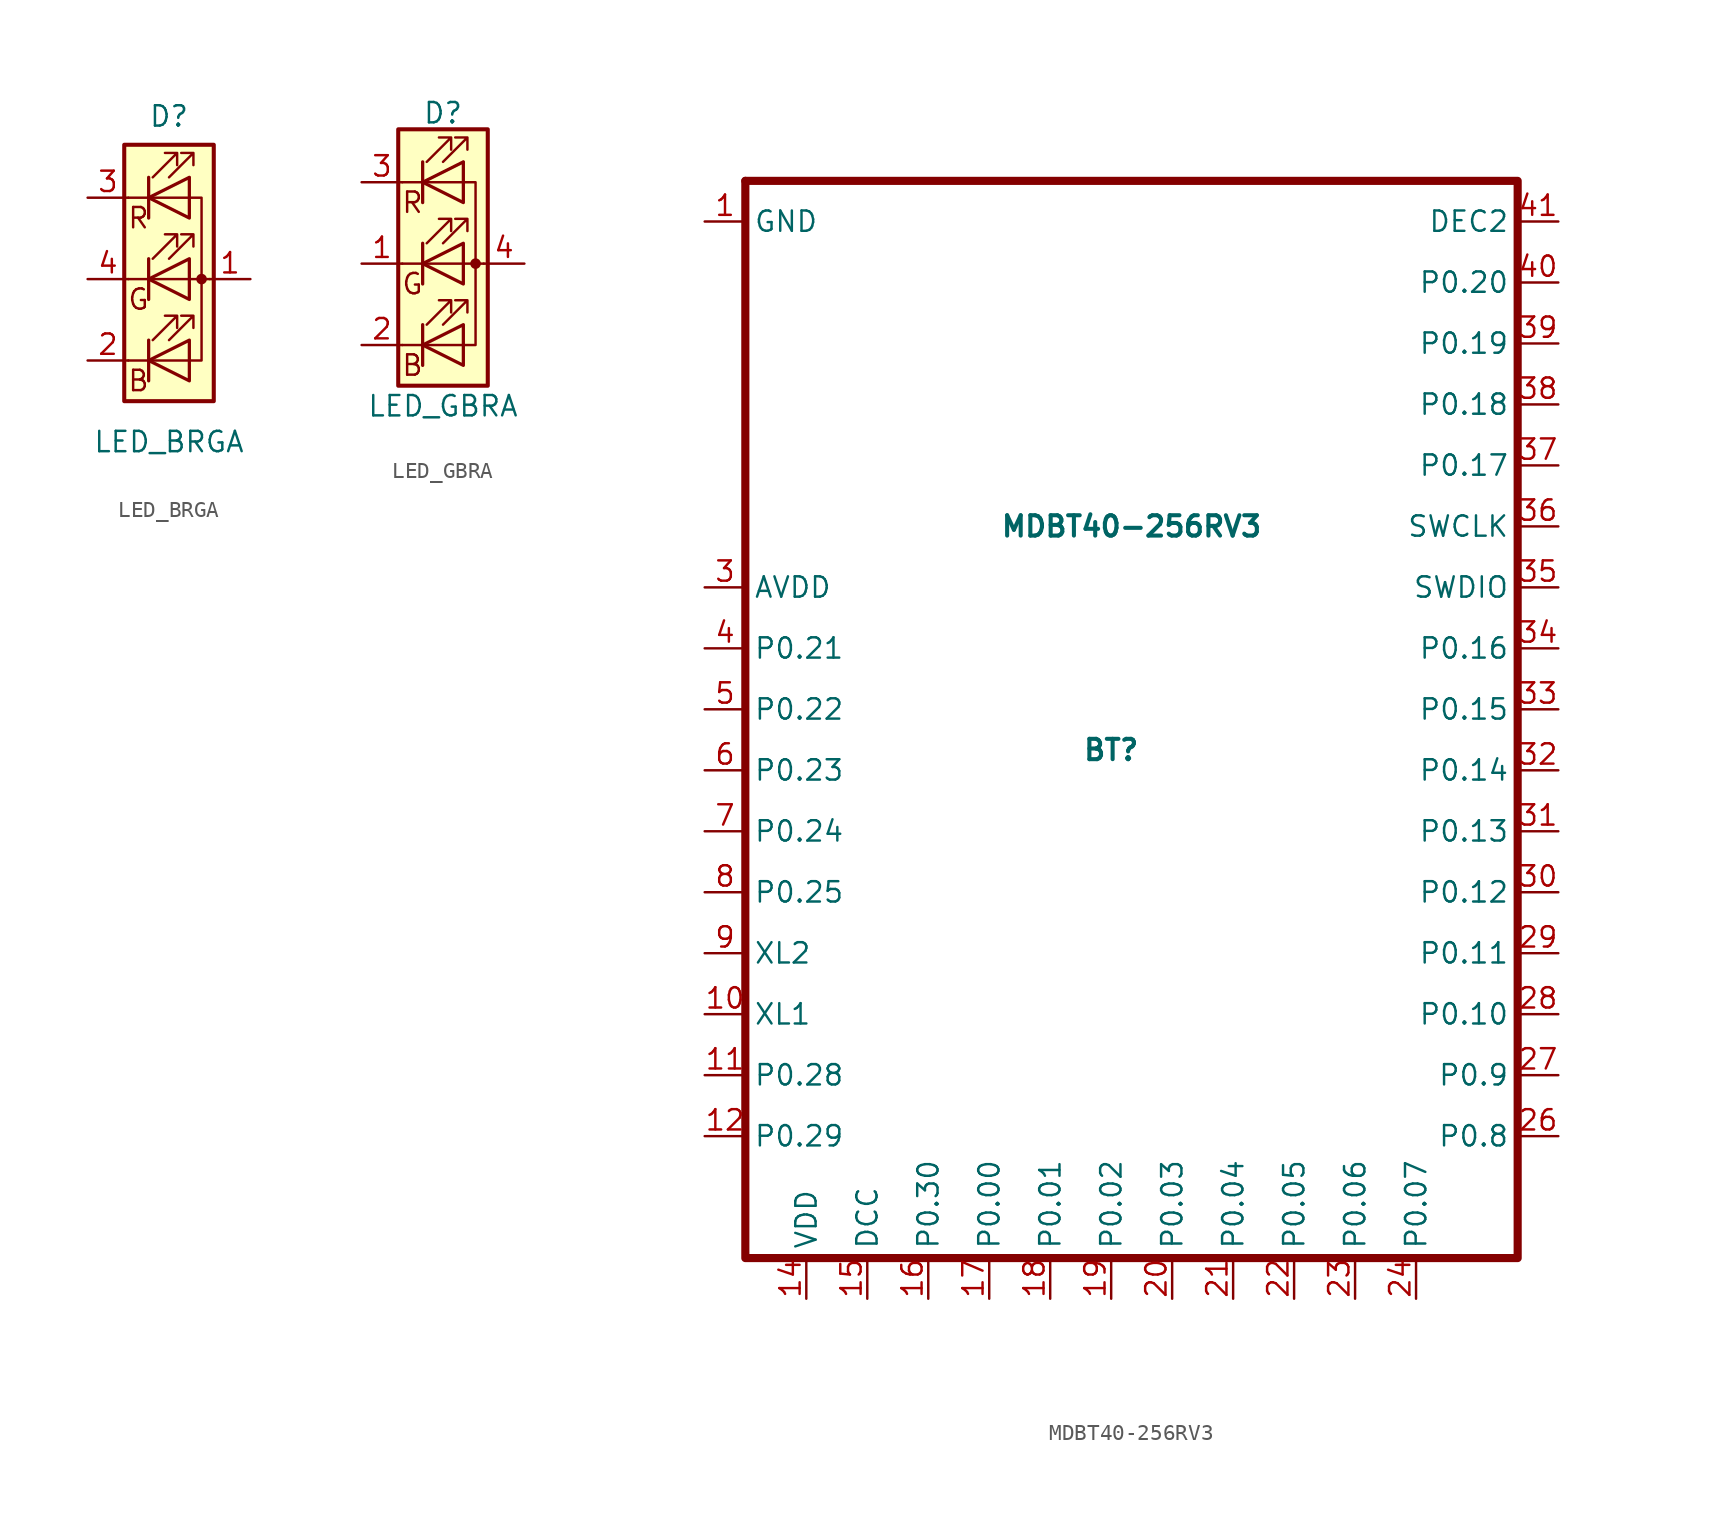
<source format=kicad_sym>
(kicad_symbol_lib
  (version 20200126)
  (host kicad_symbol_editor "(5.99.0-2039-g05a89863c)")
  (symbol "acheronSymbols:LED_BRGA"
    (pin_names
      (offset 0) hide)
    (property "Reference" "D"
      (at 0 10.16 0)
      (effects (font (size 1.27 1.27))))
    (property "Value" "LED_BRGA"
      (at 0 -10.16 0)
      (effects (font (size 1.27 1.27))))
    (symbol "LED_BRGA_1_1"
      (circle (center 2.032 0) (radius 0.254) (stroke (width 0)) (fill (type outline)))
      (rectangle (start 1.27 6.35) (end 1.27 6.35) (stroke (width 0)) (fill (type none)))
      (rectangle (start 2.794 8.382) (end -2.794 -7.62) (stroke (width 0.254)) (fill (type background)))
      (polyline (pts (xy -2.54 -5.08) (xy 1.27 -5.08)) (stroke (width 0)) (fill (type none)))
      (polyline (pts (xy -1.27 -3.81) (xy -1.27 -6.35)) (stroke (width 0.203)) (fill (type none)))
      (polyline (pts (xy -1.27 1.27) (xy -1.27 -1.27)) (stroke (width 0.203)) (fill (type none)))
      (polyline (pts (xy -1.27 6.35) (xy -1.27 3.81)) (stroke (width 0.203)) (fill (type none)))
      (polyline (pts (xy 1.27 5.08) (xy -2.54 5.08)) (stroke (width 0)) (fill (type none)))
      (polyline (pts (xy 2.54 0) (xy -2.54 0)) (stroke (width 0)) (fill (type none)))
      (polyline (pts (xy 1.27 -5.08) (xy 2.032 -5.08) (xy 2.032 5.08) (xy 1.27 5.08)) (stroke (width 0)) (fill (type none)))
      (polyline (pts (xy 1.27 -3.81) (xy 1.27 -6.35) (xy -1.27 -5.08) (xy 1.27 -3.81)) (stroke (width 0.203)) (fill (type none)))
      (polyline (pts (xy 1.27 1.27) (xy 1.27 -1.27) (xy -1.27 0) (xy 1.27 1.27)) (stroke (width 0.203)) (fill (type none)))
      (polyline (pts (xy 1.27 6.35) (xy 1.27 3.81) (xy -1.27 5.08) (xy 1.27 6.35)) (stroke (width 0.203)) (fill (type none)))
      (polyline (pts (xy -1.016 -3.81) (xy 0.508 -2.286) (xy -0.254 -2.286) (xy 0.508 -2.286) (xy 0.508 -3.048)) (stroke (width 0)) (fill (type none)))
      (polyline (pts (xy -1.016 1.27) (xy 0.508 2.794) (xy -0.254 2.794) (xy 0.508 2.794) (xy 0.508 2.032)) (stroke (width 0)) (fill (type none)))
      (polyline (pts (xy -1.016 6.35) (xy 0.508 7.874) (xy -0.254 7.874) (xy 0.508 7.874) (xy 0.508 7.112)) (stroke (width 0)) (fill (type none)))
      (polyline (pts (xy 0 -3.81) (xy 1.524 -2.286) (xy 0.762 -2.286) (xy 1.524 -2.286) (xy 1.524 -3.048)) (stroke (width 0)) (fill (type none)))
      (polyline (pts (xy 0 1.27) (xy 1.524 2.794) (xy 0.762 2.794) (xy 1.524 2.794) (xy 1.524 2.032)) (stroke (width 0)) (fill (type none)))
      (polyline (pts (xy 0 6.35) (xy 1.524 7.874) (xy 0.762 7.874) (xy 1.524 7.874) (xy 1.524 7.112)) (stroke (width 0)) (fill (type none)))
      (pin passive line (at 5.08 0 180) (length 2.54) (name "4" (effects (font (size 1.27 1.27)))) (number "1" (effects (font (size 1.27 1.27)))))
      (pin passive line (at -5.08 -5.08 0) (length 2.54) (name "1" (effects (font (size 1.27 1.27)))) (number "2" (effects (font (size 1.27 1.27)))))
      (pin passive line (at -5.08 5.08 0) (length 2.54) (name "2" (effects (font (size 1.27 1.27)))) (number "3" (effects (font (size 1.27 1.27)))))
      (pin passive line (at -5.08 0 0) (length 2.54) (name "3" (effects (font (size 1.27 1.27)))) (number "4" (effects (font (size 1.27 1.27))))))
    (symbol "LED_BRGA_1_0"
      (text "B" (at -1.905 -6.35 0) (effects (font (size 1.27 1.27))))
      (text "G" (at -1.905 -1.27 0) (effects (font (size 1.27 1.27))))
      (text "R" (at -1.905 3.81 0) (effects (font (size 1.27 1.27))))))
  (symbol "acheronSymbols:LED_GBRA"
    (pin_names
      (offset 0) hide)
    (property "Reference" "D"
      (at 0 9.398 0)
      (effects (font (size 1.27 1.27))))
    (property "Value" "LED_GBRA"
      (at 0 -8.89 0)
      (effects (font (size 1.27 1.27))))
    (symbol "LED_GBRA_0_1"
      (circle (center 2.032 0) (radius 0.254) (stroke (width 0)) (fill (type outline)))
      (rectangle (start 1.27 6.35) (end 1.27 6.35) (stroke (width 0)) (fill (type none)))
      (rectangle (start 2.794 8.382) (end -2.794 -7.62) (stroke (width 0.254)) (fill (type background)))
      (polyline (pts (xy -2.54 -5.08) (xy 1.27 -5.08)) (stroke (width 0)) (fill (type none)))
      (polyline (pts (xy -1.27 -3.81) (xy -1.27 -6.35)) (stroke (width 0.203)) (fill (type none)))
      (polyline (pts (xy -1.27 1.27) (xy -1.27 -1.27)) (stroke (width 0.203)) (fill (type none)))
      (polyline (pts (xy -1.27 6.35) (xy -1.27 3.81)) (stroke (width 0.203)) (fill (type none)))
      (polyline (pts (xy 1.27 5.08) (xy -2.54 5.08)) (stroke (width 0)) (fill (type none)))
      (polyline (pts (xy 2.54 0) (xy -2.54 0)) (stroke (width 0)) (fill (type none)))
      (polyline (pts (xy 1.27 -5.08) (xy 2.032 -5.08) (xy 2.032 5.08) (xy 1.27 5.08)) (stroke (width 0)) (fill (type none)))
      (polyline (pts (xy 1.27 -3.81) (xy 1.27 -6.35) (xy -1.27 -5.08) (xy 1.27 -3.81)) (stroke (width 0.203)) (fill (type none)))
      (polyline (pts (xy 1.27 1.27) (xy 1.27 -1.27) (xy -1.27 0) (xy 1.27 1.27)) (stroke (width 0.203)) (fill (type none)))
      (polyline (pts (xy 1.27 6.35) (xy 1.27 3.81) (xy -1.27 5.08) (xy 1.27 6.35)) (stroke (width 0.203)) (fill (type none)))
      (polyline (pts (xy -1.016 -3.81) (xy 0.508 -2.286) (xy -0.254 -2.286) (xy 0.508 -2.286) (xy 0.508 -3.048)) (stroke (width 0)) (fill (type none)))
      (polyline (pts (xy -1.016 1.27) (xy 0.508 2.794) (xy -0.254 2.794) (xy 0.508 2.794) (xy 0.508 2.032)) (stroke (width 0)) (fill (type none)))
      (polyline (pts (xy -1.016 6.35) (xy 0.508 7.874) (xy -0.254 7.874) (xy 0.508 7.874) (xy 0.508 7.112)) (stroke (width 0)) (fill (type none)))
      (polyline (pts (xy 0 -3.81) (xy 1.524 -2.286) (xy 0.762 -2.286) (xy 1.524 -2.286) (xy 1.524 -3.048)) (stroke (width 0)) (fill (type none)))
      (polyline (pts (xy 0 1.27) (xy 1.524 2.794) (xy 0.762 2.794) (xy 1.524 2.794) (xy 1.524 2.032)) (stroke (width 0)) (fill (type none)))
      (polyline (pts (xy 0 6.35) (xy 1.524 7.874) (xy 0.762 7.874) (xy 1.524 7.874) (xy 1.524 7.112)) (stroke (width 0)) (fill (type none))))
    (symbol "LED_GBRA_0_0"
      (text "B" (at -1.905 -6.35 0) (effects (font (size 1.27 1.27))))
      (text "G" (at -1.905 -1.27 0) (effects (font (size 1.27 1.27))))
      (text "R" (at -1.905 3.81 0) (effects (font (size 1.27 1.27)))))
    (symbol "LED_GBRA_1_1"
      (pin passive line (at -5.08 0 0) (length 2.54) (name "GK" (effects (font (size 1.27 1.27)))) (number "1" (effects (font (size 1.27 1.27)))))
      (pin passive line (at -5.08 -5.08 0) (length 2.54) (name "BK" (effects (font (size 1.27 1.27)))) (number "2" (effects (font (size 1.27 1.27)))))
      (pin passive line (at -5.08 5.08 0) (length 2.54) (name "RK" (effects (font (size 1.27 1.27)))) (number "3" (effects (font (size 1.27 1.27)))))
      (pin passive line (at 5.08 0 180) (length 2.54) (name "A" (effects (font (size 1.27 1.27)))) (number "4" (effects (font (size 1.27 1.27)))))))
  (symbol "acheronSymbols:MDBT40-256RV3"
    (property "Reference" "BT"
      (at -1.27 -1.27 0)
      (effects (font (size 1.27 1.27) bold)))
    (property "Value" "MDBT40-256RV3"
      (at 0 12.7 0)
      (effects (font (size 1.27 1.27) bold)))
    (symbol "MDBT40-256RV3_0_1"
      (polyline (pts (xy -24.13 34.29) (xy -24.13 34.29)) (stroke (width 0)) (fill (type none)))
      (polyline (pts (xy -20.32 -33.02) (xy -24.13 -33.02) (xy -24.13 34.29)) (stroke (width 0.508)) (fill (type none)))
      (polyline (pts (xy -20.32 -33.02) (xy 24.13 -33.02) (xy 24.13 34.29) (xy -24.13 34.29)) (stroke (width 0.508)) (fill (type none))))
    (symbol "MDBT40-256RV3_1_1"
      (pin input line (at -26.67 31.75 0) (length 2.54) (name "GND" (effects (font (size 1.27 1.27)))) (number "1" (effects (font (size 1.27 1.27)))))
      (pin input line (at -26.67 -17.78 0) (length 2.54) (name "XL1" (effects (font (size 1.27 1.27)))) (number "10" (effects (font (size 1.27 1.27)))))
      (pin input line (at -26.67 -21.59 0) (length 2.54) (name "P0.28" (effects (font (size 1.27 1.27)))) (number "11" (effects (font (size 1.27 1.27)))))
      (pin input line (at -26.67 -25.4 0) (length 2.54) (name "P0.29" (effects (font (size 1.27 1.27)))) (number "12" (effects (font (size 1.27 1.27)))))
      (pin input line (at -20.32 -35.56 90) (length 2.54) (name "VDD" (effects (font (size 1.27 1.27)))) (number "14" (effects (font (size 1.27 1.27)))))
      (pin input line (at -16.51 -35.56 90) (length 2.54) (name "DCC" (effects (font (size 1.27 1.27)))) (number "15" (effects (font (size 1.27 1.27)))))
      (pin input line (at -12.7 -35.56 90) (length 2.54) (name "P0.30" (effects (font (size 1.27 1.27)))) (number "16" (effects (font (size 1.27 1.27)))))
      (pin input line (at -8.89 -35.56 90) (length 2.54) (name "P0.00" (effects (font (size 1.27 1.27)))) (number "17" (effects (font (size 1.27 1.27)))))
      (pin input line (at -5.08 -35.56 90) (length 2.54) (name "P0.01" (effects (font (size 1.27 1.27)))) (number "18" (effects (font (size 1.27 1.27)))))
      (pin input line (at -1.27 -35.56 90) (length 2.54) (name "P0.02" (effects (font (size 1.27 1.27)))) (number "19" (effects (font (size 1.27 1.27)))))
      (pin input line (at 2.54 -35.56 90) (length 2.54) (name "P0.03" (effects (font (size 1.27 1.27)))) (number "20" (effects (font (size 1.27 1.27)))))
      (pin input line (at 6.35 -35.56 90) (length 2.54) (name "P0.04" (effects (font (size 1.27 1.27)))) (number "21" (effects (font (size 1.27 1.27)))))
      (pin input line (at 10.16 -35.56 90) (length 2.54) (name "P0.05" (effects (font (size 1.27 1.27)))) (number "22" (effects (font (size 1.27 1.27)))))
      (pin input line (at 13.97 -35.56 90) (length 2.54) (name "P0.06" (effects (font (size 1.27 1.27)))) (number "23" (effects (font (size 1.27 1.27)))))
      (pin input line (at 17.78 -35.56 90) (length 2.54) (name "P0.07" (effects (font (size 1.27 1.27)))) (number "24" (effects (font (size 1.27 1.27)))))
      (pin input line (at 26.67 -25.4 180) (length 2.54) (name "P0.8" (effects (font (size 1.27 1.27)))) (number "26" (effects (font (size 1.27 1.27)))))
      (pin input line (at 26.67 -21.59 180) (length 2.54) (name "P0.9" (effects (font (size 1.27 1.27)))) (number "27" (effects (font (size 1.27 1.27)))))
      (pin input line (at 26.67 -17.78 180) (length 2.54) (name "P0.10" (effects (font (size 1.27 1.27)))) (number "28" (effects (font (size 1.27 1.27)))))
      (pin input line (at 26.67 -13.97 180) (length 2.54) (name "P0.11" (effects (font (size 1.27 1.27)))) (number "29" (effects (font (size 1.27 1.27)))))
      (pin input line (at -26.67 8.89 0) (length 2.54) (name "AVDD" (effects (font (size 1.27 1.27)))) (number "3" (effects (font (size 1.27 1.27)))))
      (pin input line (at 26.67 -10.16 180) (length 2.54) (name "P0.12" (effects (font (size 1.27 1.27)))) (number "30" (effects (font (size 1.27 1.27)))))
      (pin input line (at 26.67 -6.35 180) (length 2.54) (name "P0.13" (effects (font (size 1.27 1.27)))) (number "31" (effects (font (size 1.27 1.27)))))
      (pin input line (at 26.67 -2.54 180) (length 2.54) (name "P0.14" (effects (font (size 1.27 1.27)))) (number "32" (effects (font (size 1.27 1.27)))))
      (pin input line (at 26.67 1.27 180) (length 2.54) (name "P0.15" (effects (font (size 1.27 1.27)))) (number "33" (effects (font (size 1.27 1.27)))))
      (pin input line (at 26.67 5.08 180) (length 2.54) (name "P0.16" (effects (font (size 1.27 1.27)))) (number "34" (effects (font (size 1.27 1.27)))))
      (pin input line (at 26.67 8.89 180) (length 2.54) (name "SWDIO" (effects (font (size 1.27 1.27)))) (number "35" (effects (font (size 1.27 1.27)))))
      (pin input line (at 26.67 12.7 180) (length 2.54) (name "SWCLK" (effects (font (size 1.27 1.27)))) (number "36" (effects (font (size 1.27 1.27)))))
      (pin input line (at 26.67 16.51 180) (length 2.54) (name "P0.17" (effects (font (size 1.27 1.27)))) (number "37" (effects (font (size 1.27 1.27)))))
      (pin input line (at 26.67 20.32 180) (length 2.54) (name "P0.18" (effects (font (size 1.27 1.27)))) (number "38" (effects (font (size 1.27 1.27)))))
      (pin input line (at 26.67 24.13 180) (length 2.54) (name "P0.19" (effects (font (size 1.27 1.27)))) (number "39" (effects (font (size 1.27 1.27)))))
      (pin input line (at -26.67 5.08 0) (length 2.54) (name "P0.21" (effects (font (size 1.27 1.27)))) (number "4" (effects (font (size 1.27 1.27)))))
      (pin input line (at 26.67 27.94 180) (length 2.54) (name "P0.20" (effects (font (size 1.27 1.27)))) (number "40" (effects (font (size 1.27 1.27)))))
      (pin input line (at 26.67 31.75 180) (length 2.54) (name "DEC2" (effects (font (size 1.27 1.27)))) (number "41" (effects (font (size 1.27 1.27)))))
      (pin input line (at -26.67 1.27 0) (length 2.54) (name "P0.22" (effects (font (size 1.27 1.27)))) (number "5" (effects (font (size 1.27 1.27)))))
      (pin input line (at -26.67 -2.54 0) (length 2.54) (name "P0.23" (effects (font (size 1.27 1.27)))) (number "6" (effects (font (size 1.27 1.27)))))
      (pin input line (at -26.67 -6.35 0) (length 2.54) (name "P0.24" (effects (font (size 1.27 1.27)))) (number "7" (effects (font (size 1.27 1.27)))))
      (pin input line (at -26.67 -10.16 0) (length 2.54) (name "P0.25" (effects (font (size 1.27 1.27)))) (number "8" (effects (font (size 1.27 1.27)))))
      (pin input line (at -26.67 -13.97 0) (length 2.54) (name "XL2" (effects (font (size 1.27 1.27)))) (number "9" (effects (font (size 1.27 1.27))))))))
</source>
